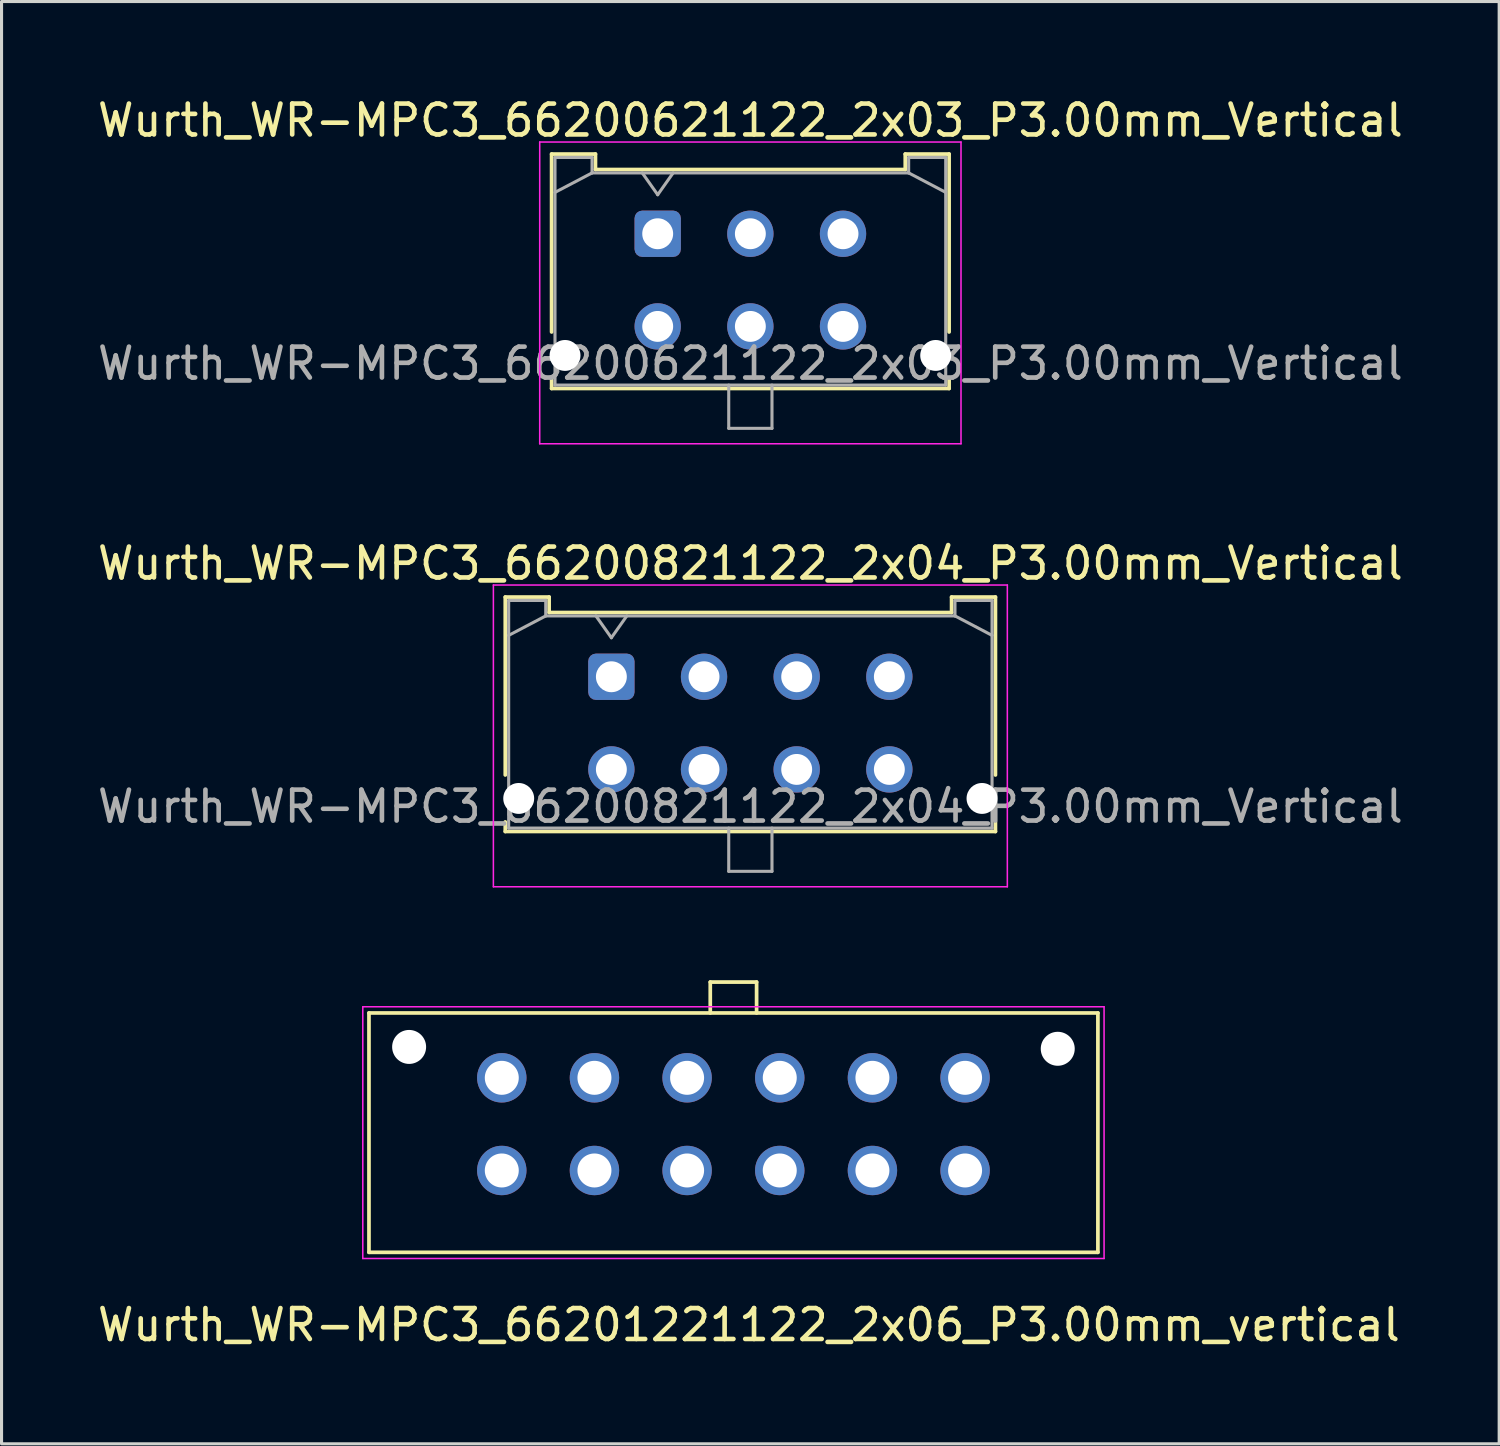
<source format=kicad_pcb>
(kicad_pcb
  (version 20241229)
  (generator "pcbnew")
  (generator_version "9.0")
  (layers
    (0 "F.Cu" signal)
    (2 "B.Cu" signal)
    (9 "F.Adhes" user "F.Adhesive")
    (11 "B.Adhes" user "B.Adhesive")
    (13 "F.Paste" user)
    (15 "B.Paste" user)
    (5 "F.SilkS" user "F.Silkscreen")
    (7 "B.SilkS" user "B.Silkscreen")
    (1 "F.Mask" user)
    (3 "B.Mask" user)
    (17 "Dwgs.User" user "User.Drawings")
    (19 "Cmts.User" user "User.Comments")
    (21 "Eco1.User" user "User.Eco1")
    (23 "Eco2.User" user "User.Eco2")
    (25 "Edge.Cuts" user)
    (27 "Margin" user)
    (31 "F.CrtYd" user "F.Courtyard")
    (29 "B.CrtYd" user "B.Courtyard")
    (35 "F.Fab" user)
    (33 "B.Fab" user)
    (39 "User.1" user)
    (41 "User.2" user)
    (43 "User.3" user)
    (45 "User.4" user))
  (footprint "Wurth_WR-MPC3_66201221122_2x06_P3.00mm_vertical"
    (layer "F.Cu")
    (at 28.196 34.846)
    (property "Reference" "Wurth_WR-MPC3_66201221122_2x06_P3.00mm_vertical" (at -7 5 0) (layer "F.SilkS") (effects (font (size 1 1) (thickness 0.15))))
    (attr through_hole)
    (fp_line (start -19.3 2.65) (end -19.3 -5.1) (stroke (width 0.12) (type solid)) (layer "F.SilkS"))
    (fp_line (start -8.25 -6.1) (end -6.75 -6.1) (stroke (width 0.12) (type solid)) (layer "F.SilkS"))
    (fp_line (start -8.25 -5.1) (end -8.25 -6.1) (stroke (width 0.12) (type solid)) (layer "F.SilkS"))
    (fp_line (start -6.75 -6.1) (end -6.75 -5.1) (stroke (width 0.12) (type solid)) (layer "F.SilkS"))
    (fp_line (start 4.3 -5.1) (end -19.3 -5.1) (stroke (width 0.12) (type solid)) (layer "F.SilkS"))
    (fp_line (start 4.3 2.65) (end -19.3 2.65) (stroke (width 0.12) (type solid)) (layer "F.SilkS"))
    (fp_line (start 4.3 2.65) (end 4.3 -5.1) (stroke (width 0.12) (type solid)) (layer "F.SilkS"))
    (fp_line (start -19.5 2.85) (end -19.5 -5.3) (stroke (width 0.05) (type solid)) (layer "F.CrtYd"))
    (fp_line (start 4.5 -5.3) (end -19.5 -5.3) (stroke (width 0.05) (type solid)) (layer "F.CrtYd"))
    (fp_line (start 4.5 2.85) (end -19.5 2.85) (stroke (width 0.05) (type solid)) (layer "F.CrtYd"))
    (fp_line (start 4.5 2.85) (end 4.5 -5.3) (stroke (width 0.05) (type solid)) (layer "F.CrtYd"))
    (pad "" np_thru_hole circle (at -18 -4) (size 1.1 1.1) (drill 1.1) (layers "*.Cu" "*.Mask"))
    (pad "" np_thru_hole circle (at 3 -3.94) (size 1.1 1.1) (drill 1.1) (layers "*.Cu" "*.Mask"))
    (pad "1" thru_hole circle (at 0 0) (size 1.6 1.6) (drill 1.1) (layers "*.Cu" "*.Mask"))
    (pad "2" thru_hole circle (at -3 0) (size 1.6 1.6) (drill 1.1) (layers "*.Cu" "*.Mask"))
    (pad "3" thru_hole circle (at -6 0) (size 1.6 1.6) (drill 1.1) (layers "*.Cu" "*.Mask"))
    (pad "4" thru_hole circle (at -9 0) (size 1.6 1.6) (drill 1.1) (layers "*.Cu" "*.Mask"))
    (pad "5" thru_hole circle (at -12 0) (size 1.6 1.6) (drill 1.1) (layers "*.Cu" "*.Mask"))
    (pad "6" thru_hole circle (at -15 0) (size 1.6 1.6) (drill 1.1) (layers "*.Cu" "*.Mask"))
    (pad "7" thru_hole circle (at 0 -3) (size 1.6 1.6) (drill 1.1) (layers "*.Cu" "*.Mask"))
    (pad "8" thru_hole circle (at -3 -3) (size 1.6 1.6) (drill 1.1) (layers "*.Cu" "*.Mask"))
    (pad "9" thru_hole circle (at -6 -3) (size 1.6 1.6) (drill 1.1) (layers "*.Cu" "*.Mask"))
    (pad "10" thru_hole circle (at -9 -3) (size 1.6 1.6) (drill 1.1) (layers "*.Cu" "*.Mask"))
    (pad "11" thru_hole circle (at -12 -3) (size 1.6 1.6) (drill 1.1) (layers "*.Cu" "*.Mask"))
    (pad "12" thru_hole circle (at -15 -3) (size 1.6 1.6) (drill 1.1) (layers "*.Cu" "*.Mask")))
  (footprint "Wurth_WR-MPC3_66200621122_2x03_P3.00mm_Vertical"
    (layer "F.Cu")
    (at 18.244 4.518)
    (property "Reference" "Wurth_WR-MPC3_66200621122_2x03_P3.00mm_Vertical" (at 3 -3.67 0) (layer "F.SilkS") (effects (font (size 1 1) (thickness 0.15))))
    (attr through_hole)
    (fp_line (start -3.435 -2.58) (end -2.015 -2.58) (stroke (width 0.12) (type solid)) (layer "F.SilkS"))
    (fp_line (start -3.435 3.18) (end -3.435 -2.58) (stroke (width 0.12) (type solid)) (layer "F.SilkS"))
    (fp_line (start -3.435 4.7) (end -3.435 5.01) (stroke (width 0.12) (type solid)) (layer "F.SilkS"))
    (fp_line (start -3.435 5.01) (end 9.435 5.01) (stroke (width 0.12) (type solid)) (layer "F.SilkS"))
    (fp_line (start -2.015 -2.58) (end -2.015 -2.08) (stroke (width 0.12) (type solid)) (layer "F.SilkS"))
    (fp_line (start -2.015 -2.08) (end 8.015 -2.08) (stroke (width 0.12) (type solid)) (layer "F.SilkS"))
    (fp_line (start 8.015 -2.58) (end 9.435 -2.58) (stroke (width 0.12) (type solid)) (layer "F.SilkS"))
    (fp_line (start 8.015 -2.08) (end 8.015 -2.58) (stroke (width 0.12) (type solid)) (layer "F.SilkS"))
    (fp_line (start 9.435 -2.58) (end 9.435 3.18) (stroke (width 0.12) (type solid)) (layer "F.SilkS"))
    (fp_line (start 9.435 5.01) (end 9.435 4.7) (stroke (width 0.12) (type solid)) (layer "F.SilkS"))
    (fp_line (start -3.82 -2.97) (end 9.82 -2.97) (stroke (width 0.05) (type solid)) (layer "F.CrtYd"))
    (fp_line (start -3.82 6.8) (end -3.82 -2.97) (stroke (width 0.05) (type solid)) (layer "F.CrtYd"))
    (fp_line (start 9.82 -2.97) (end 9.82 6.8) (stroke (width 0.05) (type solid)) (layer "F.CrtYd"))
    (fp_line (start 9.82 6.8) (end -3.82 6.8) (stroke (width 0.05) (type solid)) (layer "F.CrtYd"))
    (fp_line (start -3.325 -2.47) (end -3.325 4.9) (stroke (width 0.1) (type solid)) (layer "F.Fab"))
    (fp_line (start -3.325 -1.34) (end -2.125 -1.97) (stroke (width 0.1) (type solid)) (layer "F.Fab"))
    (fp_line (start -3.325 4.9) (end 9.325 4.9) (stroke (width 0.1) (type solid)) (layer "F.Fab"))
    (fp_line (start -2.125 -2.47) (end -3.325 -2.47) (stroke (width 0.1) (type solid)) (layer "F.Fab"))
    (fp_line (start -2.125 -1.97) (end -2.125 -2.47) (stroke (width 0.1) (type solid)) (layer "F.Fab"))
    (fp_line (start -0.5 -1.97) (end 0 -1.263) (stroke (width 0.1) (type solid)) (layer "F.Fab"))
    (fp_line (start 0 -1.263) (end 0.5 -1.97) (stroke (width 0.1) (type solid)) (layer "F.Fab"))
    (fp_line (start 2.3 4.9) (end 2.3 6.3) (stroke (width 0.1) (type solid)) (layer "F.Fab"))
    (fp_line (start 2.3 6.3) (end 3.7 6.3) (stroke (width 0.1) (type solid)) (layer "F.Fab"))
    (fp_line (start 3.7 6.3) (end 3.7 4.9) (stroke (width 0.1) (type solid)) (layer "F.Fab"))
    (fp_line (start 8.125 -2.47) (end 8.125 -1.97) (stroke (width 0.1) (type solid)) (layer "F.Fab"))
    (fp_line (start 8.125 -1.97) (end -2.125 -1.97) (stroke (width 0.1) (type solid)) (layer "F.Fab"))
    (fp_line (start 9.325 -2.47) (end 8.125 -2.47) (stroke (width 0.1) (type solid)) (layer "F.Fab"))
    (fp_line (start 9.325 -1.34) (end 8.125 -1.97) (stroke (width 0.1) (type solid)) (layer "F.Fab"))
    (fp_line (start 9.325 4.9) (end 9.325 -2.47) (stroke (width 0.1) (type solid)) (layer "F.Fab"))
    (fp_text user "${REFERENCE}" (at 3 4.2 0) (layer "F.Fab") (effects (font (size 1 1) (thickness 0.15))))
    (pad "" np_thru_hole circle (at -3 3.94) (size 1 1) (drill 1) (layers "*.Cu" "*.Mask"))
    (pad "" np_thru_hole circle (at 9 3.94) (size 1 1) (drill 1) (layers "*.Cu" "*.Mask"))
    (pad "1" thru_hole roundrect (at 0 0) (size 1.5 1.5) (drill 1) (layers "*.Cu" "*.Mask") (roundrect_rratio 0.167))
    (pad "2" thru_hole circle (at 3 0) (size 1.5 1.5) (drill 1) (layers "*.Cu" "*.Mask"))
    (pad "3" thru_hole circle (at 6 0) (size 1.5 1.5) (drill 1) (layers "*.Cu" "*.Mask"))
    (pad "4" thru_hole circle (at 0 3) (size 1.5 1.5) (drill 1) (layers "*.Cu" "*.Mask"))
    (pad "5" thru_hole circle (at 3 3) (size 1.5 1.5) (drill 1) (layers "*.Cu" "*.Mask"))
    (pad "6" thru_hole circle (at 6 3) (size 1.5 1.5) (drill 1) (layers "*.Cu" "*.Mask")))
  (footprint "Wurth_WR-MPC3_66200821122_2x04_P3.00mm_Vertical"
    (layer "F.Cu")
    (at 16.744 18.861)
    (property "Reference" "Wurth_WR-MPC3_66200821122_2x04_P3.00mm_Vertical" (at 4.5 -3.67 0) (layer "F.SilkS") (effects (font (size 1 1) (thickness 0.15))))
    (attr through_hole)
    (fp_line (start -3.435 -2.58) (end -2.015 -2.58) (stroke (width 0.12) (type solid)) (layer "F.SilkS"))
    (fp_line (start -3.435 3.18) (end -3.435 -2.58) (stroke (width 0.12) (type solid)) (layer "F.SilkS"))
    (fp_line (start -3.435 4.7) (end -3.435 5.01) (stroke (width 0.12) (type solid)) (layer "F.SilkS"))
    (fp_line (start -3.435 5.01) (end 12.435 5.01) (stroke (width 0.12) (type solid)) (layer "F.SilkS"))
    (fp_line (start -2.015 -2.58) (end -2.015 -2.08) (stroke (width 0.12) (type solid)) (layer "F.SilkS"))
    (fp_line (start -2.015 -2.08) (end 11.015 -2.08) (stroke (width 0.12) (type solid)) (layer "F.SilkS"))
    (fp_line (start 11.015 -2.58) (end 12.435 -2.58) (stroke (width 0.12) (type solid)) (layer "F.SilkS"))
    (fp_line (start 11.015 -2.08) (end 11.015 -2.58) (stroke (width 0.12) (type solid)) (layer "F.SilkS"))
    (fp_line (start 12.435 -2.58) (end 12.435 3.18) (stroke (width 0.12) (type solid)) (layer "F.SilkS"))
    (fp_line (start 12.435 5.01) (end 12.435 4.7) (stroke (width 0.12) (type solid)) (layer "F.SilkS"))
    (fp_line (start -3.82 -2.97) (end 12.82 -2.97) (stroke (width 0.05) (type solid)) (layer "F.CrtYd"))
    (fp_line (start -3.82 6.8) (end -3.82 -2.97) (stroke (width 0.05) (type solid)) (layer "F.CrtYd"))
    (fp_line (start 12.82 -2.97) (end 12.82 6.8) (stroke (width 0.05) (type solid)) (layer "F.CrtYd"))
    (fp_line (start 12.82 6.8) (end -3.82 6.8) (stroke (width 0.05) (type solid)) (layer "F.CrtYd"))
    (fp_line (start -3.325 -2.47) (end -3.325 4.9) (stroke (width 0.1) (type solid)) (layer "F.Fab"))
    (fp_line (start -3.325 -1.34) (end -2.125 -1.97) (stroke (width 0.1) (type solid)) (layer "F.Fab"))
    (fp_line (start -3.325 4.9) (end 12.325 4.9) (stroke (width 0.1) (type solid)) (layer "F.Fab"))
    (fp_line (start -2.125 -2.47) (end -3.325 -2.47) (stroke (width 0.1) (type solid)) (layer "F.Fab"))
    (fp_line (start -2.125 -1.97) (end -2.125 -2.47) (stroke (width 0.1) (type solid)) (layer "F.Fab"))
    (fp_line (start -0.5 -1.97) (end 0 -1.263) (stroke (width 0.1) (type solid)) (layer "F.Fab"))
    (fp_line (start 0 -1.263) (end 0.5 -1.97) (stroke (width 0.1) (type solid)) (layer "F.Fab"))
    (fp_line (start 3.8 4.9) (end 3.8 6.3) (stroke (width 0.1) (type solid)) (layer "F.Fab"))
    (fp_line (start 3.8 6.3) (end 5.2 6.3) (stroke (width 0.1) (type solid)) (layer "F.Fab"))
    (fp_line (start 5.2 6.3) (end 5.2 4.9) (stroke (width 0.1) (type solid)) (layer "F.Fab"))
    (fp_line (start 11.125 -2.47) (end 11.125 -1.97) (stroke (width 0.1) (type solid)) (layer "F.Fab"))
    (fp_line (start 11.125 -1.97) (end -2.125 -1.97) (stroke (width 0.1) (type solid)) (layer "F.Fab"))
    (fp_line (start 12.325 -2.47) (end 11.125 -2.47) (stroke (width 0.1) (type solid)) (layer "F.Fab"))
    (fp_line (start 12.325 -1.34) (end 11.125 -1.97) (stroke (width 0.1) (type solid)) (layer "F.Fab"))
    (fp_line (start 12.325 4.9) (end 12.325 -2.47) (stroke (width 0.1) (type solid)) (layer "F.Fab"))
    (fp_text user "${REFERENCE}" (at 4.5 4.2 0) (layer "F.Fab") (effects (font (size 1 1) (thickness 0.15))))
    (pad "" np_thru_hole circle (at -3 3.94) (size 1 1) (drill 1) (layers "*.Cu" "*.Mask"))
    (pad "" np_thru_hole circle (at 12 3.94) (size 1 1) (drill 1) (layers "*.Cu" "*.Mask"))
    (pad "1" thru_hole roundrect (at 0 0) (size 1.5 1.5) (drill 1) (layers "*.Cu" "*.Mask") (roundrect_rratio 0.167))
    (pad "2" thru_hole circle (at 3 0) (size 1.5 1.5) (drill 1) (layers "*.Cu" "*.Mask"))
    (pad "3" thru_hole circle (at 6 0) (size 1.5 1.5) (drill 1) (layers "*.Cu" "*.Mask"))
    (pad "4" thru_hole circle (at 9 0) (size 1.5 1.5) (drill 1) (layers "*.Cu" "*.Mask"))
    (pad "5" thru_hole circle (at 0 3) (size 1.5 1.5) (drill 1) (layers "*.Cu" "*.Mask"))
    (pad "6" thru_hole circle (at 3 3) (size 1.5 1.5) (drill 1) (layers "*.Cu" "*.Mask"))
    (pad "7" thru_hole circle (at 6 3) (size 1.5 1.5) (drill 1) (layers "*.Cu" "*.Mask"))
    (pad "8" thru_hole circle (at 9 3) (size 1.5 1.5) (drill 1) (layers "*.Cu" "*.Mask")))
  (gr_rect
    (start -3 -3)
    (end 45.488 43.695)
    (stroke (width 0.1) (type default))
    (fill no)
    (layer "Edge.Cuts")))
</source>
